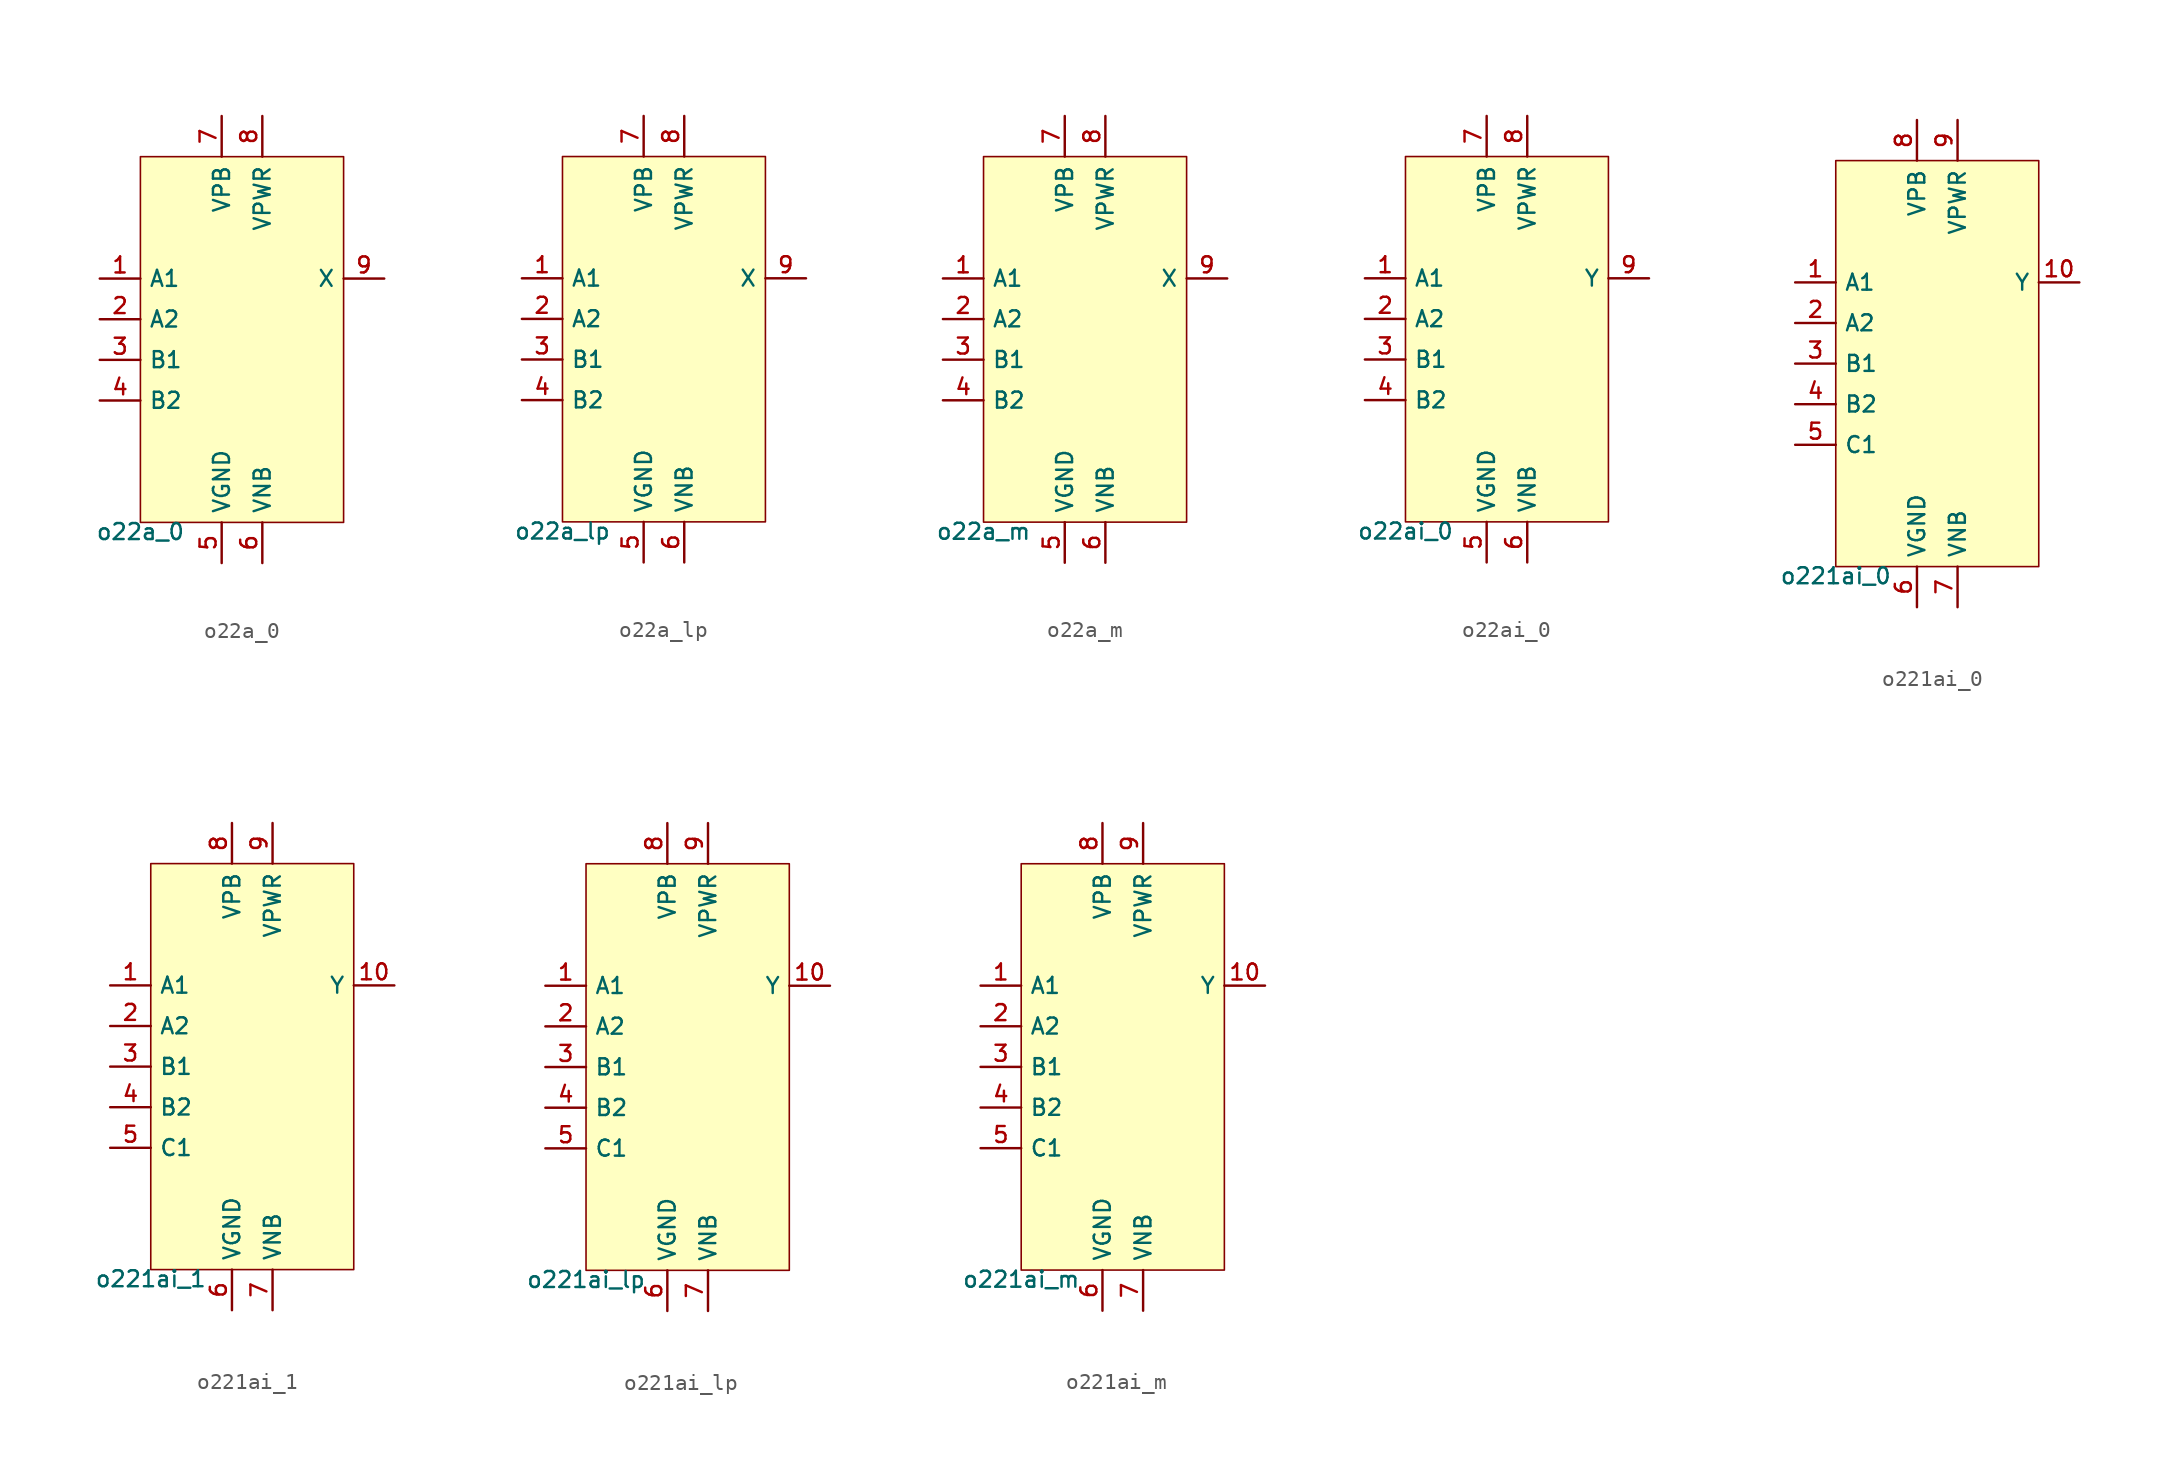
<source format=kicad_sym>
(kicad_symbol_lib
  (version 20211014)
  (generator pdk2kicad)
  (symbol "o22a_0"
    (property "Reference" "X"
      (at 0 0 0)
      (effects (font (size 1 1)) hide))
    (property "Value" "o22a_0"
      (at -6.35 -11.43 0)
      (effects (font (size 1 1)) (justify top)))
    (rectangle
      (start -6.35 -11.43)
      (end 6.35 11.43)
      (stroke (width 0.1) (type solid) (color 0 0 0 0))
      (fill (type background)))
    (pin input line
      (at -8.89 3.81 0)
      (length 2.54)
      (name "A1" (effects (font (size 1 1)) hide))
      (number "1" (effects (font (size 1 1)) hide)))
    (pin input line
      (at -8.89 1.27 0)
      (length 2.54)
      (name "A2" (effects (font (size 1 1)) hide))
      (number "2" (effects (font (size 1 1)) hide)))
    (pin input line
      (at -8.89 -1.27 0)
      (length 2.54)
      (name "B1" (effects (font (size 1 1)) hide))
      (number "3" (effects (font (size 1 1)) hide)))
    (pin input line
      (at -8.89 -3.81 0)
      (length 2.54)
      (name "B2" (effects (font (size 1 1)) hide))
      (number "4" (effects (font (size 1 1)) hide)))
    (pin power_in line
      (at -1.27 -13.97 90)
      (length 2.54)
      (name "VGND" (effects (font (size 1 1)) hide))
      (number "5" (effects (font (size 1 1)) hide)))
    (pin power_in line
      (at 1.27 -13.97 90)
      (length 2.54)
      (name "VNB" (effects (font (size 1 1)) hide))
      (number "6" (effects (font (size 1 1)) hide)))
    (pin power_in line
      (at -1.27 13.97 270)
      (length 2.54)
      (name "VPB" (effects (font (size 1 1)) hide))
      (number "7" (effects (font (size 1 1)) hide)))
    (pin power_in line
      (at 1.27 13.97 270)
      (length 2.54)
      (name "VPWR" (effects (font (size 1 1)) hide))
      (number "8" (effects (font (size 1 1)) hide)))
    (pin output line
      (at 8.89 3.81 180)
      (length 2.54)
      (name "X" (effects (font (size 1 1)) hide))
      (number "9" (effects (font (size 1 1)) hide))))
  (symbol "o22a_lp"
    (property "Reference" "X"
      (at 0 0 0)
      (effects (font (size 1 1)) hide))
    (property "Value" "o22a_lp"
      (at -6.35 -11.43 0)
      (effects (font (size 1 1)) (justify top)))
    (rectangle
      (start -6.35 -11.43)
      (end 6.35 11.43)
      (stroke (width 0.1) (type solid) (color 0 0 0 0))
      (fill (type background)))
    (pin input line
      (at -8.89 3.81 0)
      (length 2.54)
      (name "A1" (effects (font (size 1 1)) hide))
      (number "1" (effects (font (size 1 1)) hide)))
    (pin input line
      (at -8.89 1.27 0)
      (length 2.54)
      (name "A2" (effects (font (size 1 1)) hide))
      (number "2" (effects (font (size 1 1)) hide)))
    (pin input line
      (at -8.89 -1.27 0)
      (length 2.54)
      (name "B1" (effects (font (size 1 1)) hide))
      (number "3" (effects (font (size 1 1)) hide)))
    (pin input line
      (at -8.89 -3.81 0)
      (length 2.54)
      (name "B2" (effects (font (size 1 1)) hide))
      (number "4" (effects (font (size 1 1)) hide)))
    (pin power_in line
      (at -1.27 -13.97 90)
      (length 2.54)
      (name "VGND" (effects (font (size 1 1)) hide))
      (number "5" (effects (font (size 1 1)) hide)))
    (pin power_in line
      (at 1.27 -13.97 90)
      (length 2.54)
      (name "VNB" (effects (font (size 1 1)) hide))
      (number "6" (effects (font (size 1 1)) hide)))
    (pin power_in line
      (at -1.27 13.97 270)
      (length 2.54)
      (name "VPB" (effects (font (size 1 1)) hide))
      (number "7" (effects (font (size 1 1)) hide)))
    (pin power_in line
      (at 1.27 13.97 270)
      (length 2.54)
      (name "VPWR" (effects (font (size 1 1)) hide))
      (number "8" (effects (font (size 1 1)) hide)))
    (pin output line
      (at 8.89 3.81 180)
      (length 2.54)
      (name "X" (effects (font (size 1 1)) hide))
      (number "9" (effects (font (size 1 1)) hide))))
  (symbol "o22a_m"
    (property "Reference" "X"
      (at 0 0 0)
      (effects (font (size 1 1)) hide))
    (property "Value" "o22a_m"
      (at -6.35 -11.43 0)
      (effects (font (size 1 1)) (justify top)))
    (rectangle
      (start -6.35 -11.43)
      (end 6.35 11.43)
      (stroke (width 0.1) (type solid) (color 0 0 0 0))
      (fill (type background)))
    (pin input line
      (at -8.89 3.81 0)
      (length 2.54)
      (name "A1" (effects (font (size 1 1)) hide))
      (number "1" (effects (font (size 1 1)) hide)))
    (pin input line
      (at -8.89 1.27 0)
      (length 2.54)
      (name "A2" (effects (font (size 1 1)) hide))
      (number "2" (effects (font (size 1 1)) hide)))
    (pin input line
      (at -8.89 -1.27 0)
      (length 2.54)
      (name "B1" (effects (font (size 1 1)) hide))
      (number "3" (effects (font (size 1 1)) hide)))
    (pin input line
      (at -8.89 -3.81 0)
      (length 2.54)
      (name "B2" (effects (font (size 1 1)) hide))
      (number "4" (effects (font (size 1 1)) hide)))
    (pin power_in line
      (at -1.27 -13.97 90)
      (length 2.54)
      (name "VGND" (effects (font (size 1 1)) hide))
      (number "5" (effects (font (size 1 1)) hide)))
    (pin power_in line
      (at 1.27 -13.97 90)
      (length 2.54)
      (name "VNB" (effects (font (size 1 1)) hide))
      (number "6" (effects (font (size 1 1)) hide)))
    (pin power_in line
      (at -1.27 13.97 270)
      (length 2.54)
      (name "VPB" (effects (font (size 1 1)) hide))
      (number "7" (effects (font (size 1 1)) hide)))
    (pin power_in line
      (at 1.27 13.97 270)
      (length 2.54)
      (name "VPWR" (effects (font (size 1 1)) hide))
      (number "8" (effects (font (size 1 1)) hide)))
    (pin output line
      (at 8.89 3.81 180)
      (length 2.54)
      (name "X" (effects (font (size 1 1)) hide))
      (number "9" (effects (font (size 1 1)) hide))))
  (symbol "o22ai_0"
    (property "Reference" "X"
      (at 0 0 0)
      (effects (font (size 1 1)) hide))
    (property "Value" "o22ai_0"
      (at -6.35 -11.43 0)
      (effects (font (size 1 1)) (justify top)))
    (rectangle
      (start -6.35 -11.43)
      (end 6.35 11.43)
      (stroke (width 0.1) (type solid) (color 0 0 0 0))
      (fill (type background)))
    (pin input line
      (at -8.89 3.81 0)
      (length 2.54)
      (name "A1" (effects (font (size 1 1)) hide))
      (number "1" (effects (font (size 1 1)) hide)))
    (pin input line
      (at -8.89 1.27 0)
      (length 2.54)
      (name "A2" (effects (font (size 1 1)) hide))
      (number "2" (effects (font (size 1 1)) hide)))
    (pin input line
      (at -8.89 -1.27 0)
      (length 2.54)
      (name "B1" (effects (font (size 1 1)) hide))
      (number "3" (effects (font (size 1 1)) hide)))
    (pin input line
      (at -8.89 -3.81 0)
      (length 2.54)
      (name "B2" (effects (font (size 1 1)) hide))
      (number "4" (effects (font (size 1 1)) hide)))
    (pin power_in line
      (at -1.27 -13.97 90)
      (length 2.54)
      (name "VGND" (effects (font (size 1 1)) hide))
      (number "5" (effects (font (size 1 1)) hide)))
    (pin power_in line
      (at 1.27 -13.97 90)
      (length 2.54)
      (name "VNB" (effects (font (size 1 1)) hide))
      (number "6" (effects (font (size 1 1)) hide)))
    (pin power_in line
      (at -1.27 13.97 270)
      (length 2.54)
      (name "VPB" (effects (font (size 1 1)) hide))
      (number "7" (effects (font (size 1 1)) hide)))
    (pin power_in line
      (at 1.27 13.97 270)
      (length 2.54)
      (name "VPWR" (effects (font (size 1 1)) hide))
      (number "8" (effects (font (size 1 1)) hide)))
    (pin output line
      (at 8.89 3.81 180)
      (length 2.54)
      (name "Y" (effects (font (size 1 1)) hide))
      (number "9" (effects (font (size 1 1)) hide))))
  (symbol "o221ai_0"
    (property "Reference" "X"
      (at 0 0 0)
      (effects (font (size 1 1)) hide))
    (property "Value" "o221ai_0"
      (at -6.35 -12.7 0)
      (effects (font (size 1 1)) (justify top)))
    (rectangle
      (start -6.35 -12.7)
      (end 6.35 12.7)
      (stroke (width 0.1) (type solid) (color 0 0 0 0))
      (fill (type background)))
    (pin input line
      (at -8.89 5.08 0)
      (length 2.54)
      (name "A1" (effects (font (size 1 1)) hide))
      (number "1" (effects (font (size 1 1)) hide)))
    (pin input line
      (at -8.89 2.54 0)
      (length 2.54)
      (name "A2" (effects (font (size 1 1)) hide))
      (number "2" (effects (font (size 1 1)) hide)))
    (pin input line
      (at -8.89 -8.881784197001252e-16 0)
      (length 2.54)
      (name "B1" (effects (font (size 1 1)) hide))
      (number "3" (effects (font (size 1 1)) hide)))
    (pin input line
      (at -8.89 -2.54 0)
      (length 2.54)
      (name "B2" (effects (font (size 1 1)) hide))
      (number "4" (effects (font (size 1 1)) hide)))
    (pin input line
      (at -8.89 -5.08 0)
      (length 2.54)
      (name "C1" (effects (font (size 1 1)) hide))
      (number "5" (effects (font (size 1 1)) hide)))
    (pin power_in line
      (at -1.27 -15.24 90)
      (length 2.54)
      (name "VGND" (effects (font (size 1 1)) hide))
      (number "6" (effects (font (size 1 1)) hide)))
    (pin power_in line
      (at 1.27 -15.24 90)
      (length 2.54)
      (name "VNB" (effects (font (size 1 1)) hide))
      (number "7" (effects (font (size 1 1)) hide)))
    (pin power_in line
      (at -1.27 15.24 270)
      (length 2.54)
      (name "VPB" (effects (font (size 1 1)) hide))
      (number "8" (effects (font (size 1 1)) hide)))
    (pin power_in line
      (at 1.27 15.24 270)
      (length 2.54)
      (name "VPWR" (effects (font (size 1 1)) hide))
      (number "9" (effects (font (size 1 1)) hide)))
    (pin output line
      (at 8.89 5.08 180)
      (length 2.54)
      (name "Y" (effects (font (size 1 1)) hide))
      (number "10" (effects (font (size 1 1)) hide))))
  (symbol "o221ai_1"
    (property "Reference" "X"
      (at 0 0 0)
      (effects (font (size 1 1)) hide))
    (property "Value" "o221ai_1"
      (at -6.35 -12.7 0)
      (effects (font (size 1 1)) (justify top)))
    (rectangle
      (start -6.35 -12.7)
      (end 6.35 12.7)
      (stroke (width 0.1) (type solid) (color 0 0 0 0))
      (fill (type background)))
    (pin input line
      (at -8.89 5.08 0)
      (length 2.54)
      (name "A1" (effects (font (size 1 1)) hide))
      (number "1" (effects (font (size 1 1)) hide)))
    (pin input line
      (at -8.89 2.54 0)
      (length 2.54)
      (name "A2" (effects (font (size 1 1)) hide))
      (number "2" (effects (font (size 1 1)) hide)))
    (pin input line
      (at -8.89 -8.881784197001252e-16 0)
      (length 2.54)
      (name "B1" (effects (font (size 1 1)) hide))
      (number "3" (effects (font (size 1 1)) hide)))
    (pin input line
      (at -8.89 -2.54 0)
      (length 2.54)
      (name "B2" (effects (font (size 1 1)) hide))
      (number "4" (effects (font (size 1 1)) hide)))
    (pin input line
      (at -8.89 -5.08 0)
      (length 2.54)
      (name "C1" (effects (font (size 1 1)) hide))
      (number "5" (effects (font (size 1 1)) hide)))
    (pin power_in line
      (at -1.27 -15.24 90)
      (length 2.54)
      (name "VGND" (effects (font (size 1 1)) hide))
      (number "6" (effects (font (size 1 1)) hide)))
    (pin power_in line
      (at 1.27 -15.24 90)
      (length 2.54)
      (name "VNB" (effects (font (size 1 1)) hide))
      (number "7" (effects (font (size 1 1)) hide)))
    (pin power_in line
      (at -1.27 15.24 270)
      (length 2.54)
      (name "VPB" (effects (font (size 1 1)) hide))
      (number "8" (effects (font (size 1 1)) hide)))
    (pin power_in line
      (at 1.27 15.24 270)
      (length 2.54)
      (name "VPWR" (effects (font (size 1 1)) hide))
      (number "9" (effects (font (size 1 1)) hide)))
    (pin output line
      (at 8.89 5.08 180)
      (length 2.54)
      (name "Y" (effects (font (size 1 1)) hide))
      (number "10" (effects (font (size 1 1)) hide))))
  (symbol "o221ai_lp"
    (property "Reference" "X"
      (at 0 0 0)
      (effects (font (size 1 1)) hide))
    (property "Value" "o221ai_lp"
      (at -6.35 -12.7 0)
      (effects (font (size 1 1)) (justify top)))
    (rectangle
      (start -6.35 -12.7)
      (end 6.35 12.7)
      (stroke (width 0.1) (type solid) (color 0 0 0 0))
      (fill (type background)))
    (pin input line
      (at -8.89 5.08 0)
      (length 2.54)
      (name "A1" (effects (font (size 1 1)) hide))
      (number "1" (effects (font (size 1 1)) hide)))
    (pin input line
      (at -8.89 2.54 0)
      (length 2.54)
      (name "A2" (effects (font (size 1 1)) hide))
      (number "2" (effects (font (size 1 1)) hide)))
    (pin input line
      (at -8.89 -8.881784197001252e-16 0)
      (length 2.54)
      (name "B1" (effects (font (size 1 1)) hide))
      (number "3" (effects (font (size 1 1)) hide)))
    (pin input line
      (at -8.89 -2.54 0)
      (length 2.54)
      (name "B2" (effects (font (size 1 1)) hide))
      (number "4" (effects (font (size 1 1)) hide)))
    (pin input line
      (at -8.89 -5.08 0)
      (length 2.54)
      (name "C1" (effects (font (size 1 1)) hide))
      (number "5" (effects (font (size 1 1)) hide)))
    (pin power_in line
      (at -1.27 -15.24 90)
      (length 2.54)
      (name "VGND" (effects (font (size 1 1)) hide))
      (number "6" (effects (font (size 1 1)) hide)))
    (pin power_in line
      (at 1.27 -15.24 90)
      (length 2.54)
      (name "VNB" (effects (font (size 1 1)) hide))
      (number "7" (effects (font (size 1 1)) hide)))
    (pin power_in line
      (at -1.27 15.24 270)
      (length 2.54)
      (name "VPB" (effects (font (size 1 1)) hide))
      (number "8" (effects (font (size 1 1)) hide)))
    (pin power_in line
      (at 1.27 15.24 270)
      (length 2.54)
      (name "VPWR" (effects (font (size 1 1)) hide))
      (number "9" (effects (font (size 1 1)) hide)))
    (pin output line
      (at 8.89 5.08 180)
      (length 2.54)
      (name "Y" (effects (font (size 1 1)) hide))
      (number "10" (effects (font (size 1 1)) hide))))
  (symbol "o221ai_m"
    (property "Reference" "X"
      (at 0 0 0)
      (effects (font (size 1 1)) hide))
    (property "Value" "o221ai_m"
      (at -6.35 -12.7 0)
      (effects (font (size 1 1)) (justify top)))
    (rectangle
      (start -6.35 -12.7)
      (end 6.35 12.7)
      (stroke (width 0.1) (type solid) (color 0 0 0 0))
      (fill (type background)))
    (pin input line
      (at -8.89 5.08 0)
      (length 2.54)
      (name "A1" (effects (font (size 1 1)) hide))
      (number "1" (effects (font (size 1 1)) hide)))
    (pin input line
      (at -8.89 2.54 0)
      (length 2.54)
      (name "A2" (effects (font (size 1 1)) hide))
      (number "2" (effects (font (size 1 1)) hide)))
    (pin input line
      (at -8.89 -8.881784197001252e-16 0)
      (length 2.54)
      (name "B1" (effects (font (size 1 1)) hide))
      (number "3" (effects (font (size 1 1)) hide)))
    (pin input line
      (at -8.89 -2.54 0)
      (length 2.54)
      (name "B2" (effects (font (size 1 1)) hide))
      (number "4" (effects (font (size 1 1)) hide)))
    (pin input line
      (at -8.89 -5.08 0)
      (length 2.54)
      (name "C1" (effects (font (size 1 1)) hide))
      (number "5" (effects (font (size 1 1)) hide)))
    (pin power_in line
      (at -1.27 -15.24 90)
      (length 2.54)
      (name "VGND" (effects (font (size 1 1)) hide))
      (number "6" (effects (font (size 1 1)) hide)))
    (pin power_in line
      (at 1.27 -15.24 90)
      (length 2.54)
      (name "VNB" (effects (font (size 1 1)) hide))
      (number "7" (effects (font (size 1 1)) hide)))
    (pin power_in line
      (at -1.27 15.24 270)
      (length 2.54)
      (name "VPB" (effects (font (size 1 1)) hide))
      (number "8" (effects (font (size 1 1)) hide)))
    (pin power_in line
      (at 1.27 15.24 270)
      (length 2.54)
      (name "VPWR" (effects (font (size 1 1)) hide))
      (number "9" (effects (font (size 1 1)) hide)))
    (pin output line
      (at 8.89 5.08 180)
      (length 2.54)
      (name "Y" (effects (font (size 1 1)) hide))
      (number "10" (effects (font (size 1 1)) hide)))))
</source>
